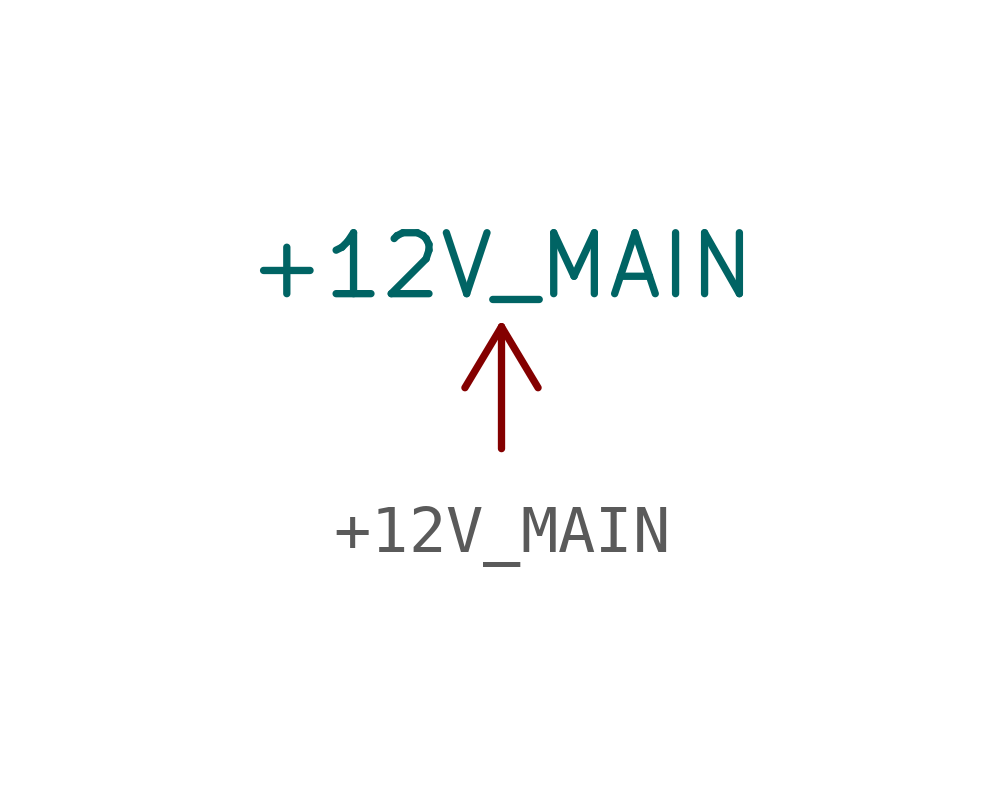
<source format=kicad_sym>
(kicad_symbol_lib
  (version 20211014)
  (generator kicad_symbol_editor)
  (symbol "+12V_MAIN"
    (power)
    (pin_names
      (offset 0))
    (property "Reference" "#PWR"
      (at 0 -3.81 0)
      (effects (font (size 1.27 1.27)) hide))
    (property "Value" "+12V_MAIN"
      (at 0 3.81 0)
      (effects (font (size 1.27 1.27))))
    (symbol "+12V_MAIN_0_1"
      (polyline (pts (xy -0.762 1.27) (xy 0 2.54)) (stroke (width 0) (type default) (color 0 0 0 0)) (fill (type none)))
      (polyline (pts (xy 0 0) (xy 0 2.54)) (stroke (width 0) (type default) (color 0 0 0 0)) (fill (type none)))
      (polyline (pts (xy 0 2.54) (xy 0.762 1.27)) (stroke (width 0) (type default) (color 0 0 0 0)) (fill (type none))))
    (symbol "+12V_MAIN_1_1"
      (pin power_in line (at 0 0 90) (length 0) hide (name "+12V_MAIN" (effects (font (size 1.27 1.27)))) (number "1" (effects (font (size 1.27 1.27))))))))
</source>
